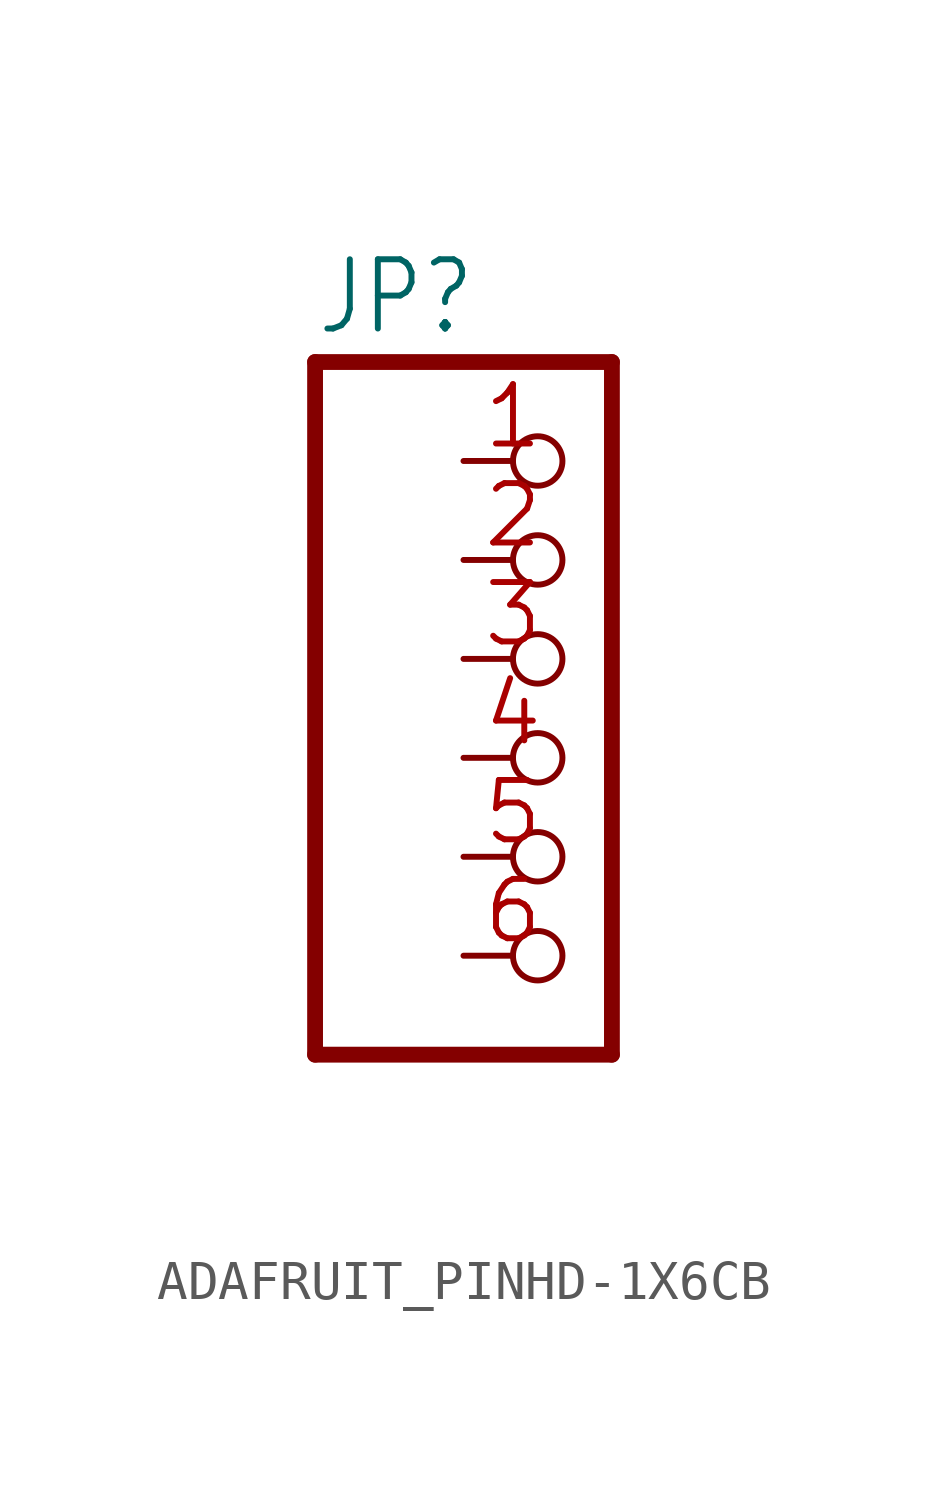
<source format=kicad_sym>
(kicad_symbol_lib
  (version 20241209)
  (generator "kicad_symbol_editor")
  (generator_version "9.0")
  (symbol "ADAFRUIT_PINHD-1X6CB"
    (property "Reference" "JP"
      (at -6.35 10.795 0)
      (effects (font (size 1.778 1.511)) (justify left bottom)))
    (property "Value" ""
      (at -6.35 -10.16 0)
      (effects (font (size 1.778 1.511)) (justify left bottom)))
    (property "ki_locked" ""
      (at 0 0 0)
      (effects (font (size 1.27 1.27))))
    (symbol "ADAFRUIT_PINHD-1X6CB_1_0"
      (polyline (pts (xy -6.35 10.16) (xy -6.35 -7.62)) (stroke (width 0.406) (type solid)) (fill (type none)))
      (polyline (pts (xy -6.35 -7.62) (xy 1.27 -7.62)) (stroke (width 0.406) (type solid)) (fill (type none)))
      (polyline (pts (xy 1.27 10.16) (xy -6.35 10.16)) (stroke (width 0.406) (type solid)) (fill (type none)))
      (polyline (pts (xy 1.27 -7.62) (xy 1.27 10.16)) (stroke (width 0.406) (type solid)) (fill (type none)))
      (pin passive inverted (at -2.54 7.62 0) (length 2.54) (name "1" (effects (font (size 0 0)))) (number "1" (effects (font (size 1.524 1.524)))))
      (pin passive inverted (at -2.54 5.08 0) (length 2.54) (name "2" (effects (font (size 0 0)))) (number "2" (effects (font (size 1.524 1.524)))))
      (pin passive inverted (at -2.54 2.54 0) (length 2.54) (name "3" (effects (font (size 0 0)))) (number "3" (effects (font (size 1.524 1.524)))))
      (pin passive inverted (at -2.54 0 0) (length 2.54) (name "4" (effects (font (size 0 0)))) (number "4" (effects (font (size 1.524 1.524)))))
      (pin passive inverted (at -2.54 -2.54 0) (length 2.54) (name "5" (effects (font (size 0 0)))) (number "5" (effects (font (size 1.524 1.524)))))
      (pin passive inverted (at -2.54 -5.08 0) (length 2.54) (name "6" (effects (font (size 0 0)))) (number "6" (effects (font (size 1.524 1.524))))))))
</source>
